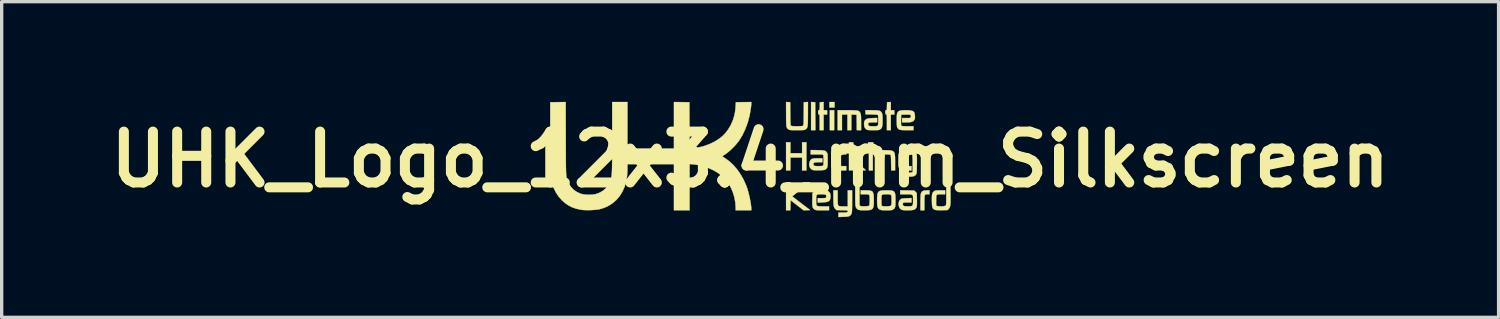
<source format=kicad_pcb>
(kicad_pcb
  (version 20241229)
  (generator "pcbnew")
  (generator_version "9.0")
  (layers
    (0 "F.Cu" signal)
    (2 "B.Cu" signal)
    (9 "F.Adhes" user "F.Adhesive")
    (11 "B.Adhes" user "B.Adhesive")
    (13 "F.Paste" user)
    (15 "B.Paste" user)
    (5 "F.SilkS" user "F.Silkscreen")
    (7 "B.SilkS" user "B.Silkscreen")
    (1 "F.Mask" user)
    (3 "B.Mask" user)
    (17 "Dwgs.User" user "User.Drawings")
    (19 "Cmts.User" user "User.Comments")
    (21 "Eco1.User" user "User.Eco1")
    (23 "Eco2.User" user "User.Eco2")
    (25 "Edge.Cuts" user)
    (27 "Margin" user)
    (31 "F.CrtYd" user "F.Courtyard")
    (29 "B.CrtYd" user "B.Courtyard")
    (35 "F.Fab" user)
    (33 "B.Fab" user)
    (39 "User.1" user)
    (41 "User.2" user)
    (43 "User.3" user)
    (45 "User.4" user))
  (footprint "UHK_Logo_12x3.4_mm_Silkscreen"
    (layer "F.Cu")
    (at 19.42 1.727)
    (property "Reference" "UHK_Logo_12x3.4_mm_Silkscreen" (at 0 0 0) (layer "F.SilkS") (effects (font (size 1.524 1.524) (thickness 0.3))))
    (attr exclude_from_pos_files exclude_from_bom)
    (fp_poly (pts (xy 2.517 -0.878) (xy 2.388 -0.878) (xy 2.388 -1.475) (xy 2.517 -1.475) (xy 2.517 -0.878)) (stroke (width 0.01) (type solid)) (fill yes) (layer "F.SilkS"))
    (fp_poly (pts (xy 2.528 -1.557) (xy 2.376 -1.557) (xy 2.376 -1.721) (xy 2.528 -1.721) (xy 2.528 -1.557)) (stroke (width 0.01) (type solid)) (fill yes) (layer "F.SilkS"))
    (fp_poly (pts (xy 3.675 0.328) (xy 3.558 0.328) (xy 3.558 -0.281) (xy 3.675 -0.281) (xy 3.675 0.328)) (stroke (width 0.01) (type solid)) (fill yes) (layer "F.SilkS"))
    (fp_poly (pts (xy 3.687 -0.363) (xy 3.535 -0.363) (xy 3.535 -0.515) (xy 3.687 -0.515) (xy 3.687 -0.363)) (stroke (width 0.01) (type solid)) (fill yes) (layer "F.SilkS"))
    (fp_poly (pts (xy 1.887 -1.718) (xy 1.949 -1.715) (xy 1.955 -0.878) (xy 1.826 -0.878) (xy 1.826 -1.722) (xy 1.887 -1.718)) (stroke (width 0.01) (type solid)) (fill yes) (layer "F.SilkS"))
    (fp_poly (pts (xy 1.206 -0.187) (xy 1.557 -0.187) (xy 1.557 -0.515) (xy 1.686 -0.515) (xy 1.686 0.328) (xy 1.557 0.328) (xy 1.557 -0.059) (xy 1.206 -0.059) (xy 1.206 0.328) (xy 1.077 0.328) (xy 1.077 -0.515) (xy 1.206 -0.515) (xy 1.206 -0.187)) (stroke (width 0.01) (type solid)) (fill yes) (layer "F.SilkS"))
    (fp_poly (pts (xy 5.373 1.042) (xy 5.315 1.042) (xy 5.284 1.042) (xy 5.261 1.046) (xy 5.244 1.056) (xy 5.233 1.074) (xy 5.226 1.104) (xy 5.222 1.149) (xy 5.221 1.211) (xy 5.22 1.294) (xy 5.22 1.522) (xy 5.103 1.522) (xy 5.103 1.281) (xy 5.104 1.187) (xy 5.106 1.115) (xy 5.11 1.06) (xy 5.116 1.019) (xy 5.127 0.99) (xy 5.141 0.969) (xy 5.16 0.954) (xy 5.179 0.943) (xy 5.217 0.932) (xy 5.269 0.925) (xy 5.295 0.925) (xy 5.373 0.925) (xy 5.373 1.042)) (stroke (width 0.01) (type solid)) (fill yes) (layer "F.SilkS"))
    (fp_poly (pts (xy 3.011 -1.475) (xy 3.091 -1.473) (xy 3.153 -1.47) (xy 3.2 -1.465) (xy 3.234 -1.457) (xy 3.259 -1.446) (xy 3.277 -1.431) (xy 3.291 -1.411) (xy 3.302 -1.388) (xy 3.31 -1.368) (xy 3.315 -1.345) (xy 3.319 -1.316) (xy 3.322 -1.275) (xy 3.323 -1.22) (xy 3.324 -1.147) (xy 3.324 -1.109) (xy 3.324 -0.878) (xy 3.196 -0.878) (xy 3.19 -1.34) (xy 3.032 -1.347) (xy 3.032 -0.878) (xy 2.915 -0.878) (xy 2.915 -1.346) (xy 2.751 -1.346) (xy 2.751 -0.878) (xy 2.622 -0.878) (xy 2.622 -1.475) (xy 2.91 -1.475) (xy 3.011 -1.475)) (stroke (width 0.01) (type solid)) (fill yes) (layer "F.SilkS"))
    (fp_poly (pts (xy 3.093 -0.307) (xy 3.096 -0.099) (xy 3.191 -0.191) (xy 3.286 -0.282) (xy 3.378 -0.279) (xy 3.469 -0.275) (xy 3.303 -0.129) (xy 3.251 -0.083) (xy 3.206 -0.042) (xy 3.17 -0.009) (xy 3.146 0.014) (xy 3.137 0.024) (xy 3.137 0.024) (xy 3.145 0.034) (xy 3.169 0.056) (xy 3.204 0.089) (xy 3.249 0.13) (xy 3.301 0.175) (xy 3.303 0.177) (xy 3.468 0.322) (xy 3.378 0.325) (xy 3.288 0.329) (xy 3.192 0.239) (xy 3.096 0.15) (xy 3.09 0.236) (xy 3.084 0.322) (xy 2.961 0.329) (xy 2.961 -0.515) (xy 3.09 -0.515) (xy 3.093 -0.307)) (stroke (width 0.01) (type solid)) (fill yes) (layer "F.SilkS"))
    (fp_poly (pts (xy 4.012 -0.279) (xy 4.105 -0.277) (xy 4.178 -0.273) (xy 4.235 -0.265) (xy 4.277 -0.25) (xy 4.306 -0.226) (xy 4.325 -0.19) (xy 4.336 -0.139) (xy 4.341 -0.072) (xy 4.343 0.014) (xy 4.343 0.087) (xy 4.343 0.328) (xy 4.227 0.328) (xy 4.223 0.099) (xy 4.222 0.018) (xy 4.22 -0.043) (xy 4.217 -0.086) (xy 4.214 -0.115) (xy 4.209 -0.132) (xy 4.203 -0.14) (xy 4.202 -0.141) (xy 4.184 -0.145) (xy 4.148 -0.149) (xy 4.099 -0.151) (xy 4.047 -0.152) (xy 3.909 -0.152) (xy 3.909 0.328) (xy 3.792 0.328) (xy 3.792 -0.283) (xy 4.012 -0.279)) (stroke (width 0.01) (type solid)) (fill yes) (layer "F.SilkS"))
    (fp_poly (pts (xy 2.201 -1.475) (xy 2.306 -1.475) (xy 2.306 -1.346) (xy 2.201 -1.346) (xy 2.201 -0.878) (xy 2.084 -0.878) (xy 2.084 -1.111) (xy 2.083 -1.19) (xy 2.083 -1.249) (xy 2.082 -1.291) (xy 2.079 -1.319) (xy 2.076 -1.335) (xy 2.071 -1.344) (xy 2.063 -1.348) (xy 2.06 -1.349) (xy 2.046 -1.357) (xy 2.039 -1.374) (xy 2.037 -1.408) (xy 2.037 -1.415) (xy 2.038 -1.451) (xy 2.043 -1.469) (xy 2.054 -1.475) (xy 2.06 -1.475) (xy 2.07 -1.477) (xy 2.077 -1.485) (xy 2.081 -1.504) (xy 2.084 -1.537) (xy 2.086 -1.59) (xy 2.086 -1.595) (xy 2.089 -1.715) (xy 2.145 -1.718) (xy 2.201 -1.722) (xy 2.201 -1.475)) (stroke (width 0.01) (type solid)) (fill yes) (layer "F.SilkS"))
    (fp_poly (pts (xy 4.214 -1.475) (xy 4.319 -1.475) (xy 4.319 -1.346) (xy 4.214 -1.346) (xy 4.214 -0.878) (xy 4.097 -0.878) (xy 4.097 -1.111) (xy 4.097 -1.19) (xy 4.096 -1.249) (xy 4.095 -1.291) (xy 4.093 -1.319) (xy 4.089 -1.335) (xy 4.084 -1.344) (xy 4.077 -1.348) (xy 4.073 -1.349) (xy 4.059 -1.357) (xy 4.052 -1.374) (xy 4.05 -1.408) (xy 4.05 -1.415) (xy 4.051 -1.451) (xy 4.056 -1.469) (xy 4.067 -1.475) (xy 4.073 -1.475) (xy 4.083 -1.477) (xy 4.09 -1.485) (xy 4.095 -1.504) (xy 4.097 -1.537) (xy 4.099 -1.59) (xy 4.099 -1.595) (xy 4.103 -1.715) (xy 4.158 -1.718) (xy 4.214 -1.722) (xy 4.214 -1.475)) (stroke (width 0.01) (type solid)) (fill yes) (layer "F.SilkS"))
    (fp_poly (pts (xy 1.206 0.831) (xy 1.206 0.888) (xy 1.208 0.935) (xy 1.211 0.968) (xy 1.214 0.982) (xy 1.214 0.983) (xy 1.226 0.976) (xy 1.253 0.956) (xy 1.292 0.927) (xy 1.342 0.889) (xy 1.398 0.845) (xy 1.416 0.831) (xy 1.609 0.679) (xy 1.706 0.679) (xy 1.75 0.679) (xy 1.784 0.681) (xy 1.801 0.682) (xy 1.803 0.683) (xy 1.794 0.691) (xy 1.768 0.711) (xy 1.729 0.742) (xy 1.678 0.781) (xy 1.618 0.827) (xy 1.55 0.879) (xy 1.534 0.891) (xy 1.465 0.943) (xy 1.403 0.991) (xy 1.349 1.033) (xy 1.307 1.066) (xy 1.278 1.09) (xy 1.265 1.101) (xy 1.265 1.102) (xy 1.274 1.111) (xy 1.299 1.132) (xy 1.338 1.164) (xy 1.389 1.204) (xy 1.449 1.25) (xy 1.516 1.302) (xy 1.53 1.313) (xy 1.797 1.516) (xy 1.7 1.519) (xy 1.603 1.523) (xy 1.407 1.371) (xy 1.211 1.219) (xy 1.208 1.37) (xy 1.205 1.522) (xy 1.077 1.522) (xy 1.077 0.679) (xy 1.206 0.679) (xy 1.206 0.831)) (stroke (width 0.01) (type solid)) (fill yes) (layer "F.SilkS"))
    (fp_poly (pts (xy 2.879 -0.152) (xy 2.73 -0.152) (xy 2.655 -0.151) (xy 2.602 -0.148) (xy 2.572 -0.142) (xy 2.566 -0.138) (xy 2.559 -0.12) (xy 2.554 -0.079) (xy 2.552 -0.017) (xy 2.552 0.03) (xy 2.552 0.095) (xy 2.554 0.139) (xy 2.557 0.168) (xy 2.561 0.184) (xy 2.569 0.191) (xy 2.57 0.192) (xy 2.589 0.195) (xy 2.625 0.197) (xy 2.675 0.198) (xy 2.732 0.199) (xy 2.734 0.199) (xy 2.879 0.199) (xy 2.879 0.328) (xy 2.719 0.327) (xy 2.648 0.327) (xy 2.597 0.325) (xy 2.559 0.32) (xy 2.531 0.314) (xy 2.511 0.306) (xy 2.483 0.292) (xy 2.463 0.275) (xy 2.448 0.253) (xy 2.438 0.221) (xy 2.432 0.177) (xy 2.43 0.116) (xy 2.429 0.037) (xy 2.429 0.023) (xy 2.429 -0.057) (xy 2.431 -0.118) (xy 2.436 -0.163) (xy 2.444 -0.195) (xy 2.456 -0.219) (xy 2.473 -0.236) (xy 2.496 -0.252) (xy 2.497 -0.253) (xy 2.516 -0.262) (xy 2.539 -0.268) (xy 2.571 -0.273) (xy 2.617 -0.276) (xy 2.681 -0.278) (xy 2.707 -0.279) (xy 2.879 -0.283) (xy 2.879 -0.152)) (stroke (width 0.01) (type solid)) (fill yes) (layer "F.SilkS"))
    (fp_poly (pts (xy 2.622 1.146) (xy 2.622 1.231) (xy 2.623 1.294) (xy 2.627 1.34) (xy 2.637 1.371) (xy 2.653 1.39) (xy 2.679 1.4) (xy 2.716 1.404) (xy 2.766 1.405) (xy 2.8 1.405) (xy 2.926 1.405) (xy 2.926 0.925) (xy 3.055 0.925) (xy 3.055 1.255) (xy 3.055 1.354) (xy 3.054 1.432) (xy 3.053 1.492) (xy 3.051 1.537) (xy 3.049 1.571) (xy 3.045 1.595) (xy 3.04 1.612) (xy 3.035 1.626) (xy 3.016 1.658) (xy 2.994 1.682) (xy 2.967 1.698) (xy 2.928 1.708) (xy 2.875 1.714) (xy 2.802 1.718) (xy 2.798 1.718) (xy 2.645 1.724) (xy 2.645 1.592) (xy 2.772 1.592) (xy 2.836 1.591) (xy 2.88 1.587) (xy 2.907 1.579) (xy 2.921 1.567) (xy 2.926 1.548) (xy 2.926 1.544) (xy 2.924 1.536) (xy 2.915 1.53) (xy 2.896 1.526) (xy 2.864 1.523) (xy 2.814 1.521) (xy 2.757 1.52) (xy 2.587 1.516) (xy 2.55 1.479) (xy 2.533 1.459) (xy 2.519 1.435) (xy 2.509 1.406) (xy 2.502 1.367) (xy 2.498 1.315) (xy 2.495 1.247) (xy 2.494 1.16) (xy 2.494 1.127) (xy 2.493 0.925) (xy 2.622 0.925) (xy 2.622 1.146)) (stroke (width 0.01) (type solid)) (fill yes) (layer "F.SilkS"))
    (fp_poly (pts (xy 3.277 1.382) (xy 3.31 1.394) (xy 3.339 1.401) (xy 3.382 1.404) (xy 3.431 1.404) (xy 3.481 1.401) (xy 3.525 1.396) (xy 3.557 1.389) (xy 3.57 1.381) (xy 3.575 1.363) (xy 3.578 1.327) (xy 3.581 1.278) (xy 3.582 1.22) (xy 3.582 1.215) (xy 3.581 1.148) (xy 3.579 1.101) (xy 3.57 1.07) (xy 3.553 1.053) (xy 3.523 1.044) (xy 3.478 1.042) (xy 3.425 1.042) (xy 3.313 1.042) (xy 3.313 0.925) (xy 3.454 0.925) (xy 3.53 0.926) (xy 3.59 0.932) (xy 3.634 0.944) (xy 3.665 0.966) (xy 3.685 1.001) (xy 3.697 1.05) (xy 3.703 1.117) (xy 3.705 1.205) (xy 3.705 1.223) (xy 3.704 1.314) (xy 3.699 1.385) (xy 3.687 1.437) (xy 3.668 1.474) (xy 3.636 1.499) (xy 3.592 1.513) (xy 3.531 1.52) (xy 3.451 1.521) (xy 3.428 1.521) (xy 3.357 1.521) (xy 3.306 1.518) (xy 3.269 1.513) (xy 3.243 1.506) (xy 3.232 1.502) (xy 3.192 1.469) (xy 3.171 1.435) (xy 3.165 1.419) (xy 3.16 1.401) (xy 3.156 1.377) (xy 3.153 1.346) (xy 3.151 1.303) (xy 3.15 1.247) (xy 3.149 1.174) (xy 3.149 1.082) (xy 3.149 1.033) (xy 3.149 0.679) (xy 3.277 0.679) (xy 3.277 1.382)) (stroke (width 0.01) (type solid)) (fill yes) (layer "F.SilkS"))
    (fp_poly (pts (xy 4.705 0.927) (xy 4.916 0.931) (xy 4.954 0.969) (xy 4.992 1.007) (xy 4.996 1.209) (xy 4.997 1.283) (xy 4.997 1.338) (xy 4.995 1.377) (xy 4.992 1.404) (xy 4.987 1.424) (xy 4.98 1.44) (xy 4.975 1.449) (xy 4.954 1.476) (xy 4.928 1.496) (xy 4.892 1.509) (xy 4.844 1.517) (xy 4.778 1.521) (xy 4.72 1.522) (xy 4.653 1.521) (xy 4.603 1.518) (xy 4.568 1.514) (xy 4.542 1.506) (xy 4.53 1.501) (xy 4.49 1.469) (xy 4.463 1.423) (xy 4.449 1.369) (xy 4.448 1.311) (xy 4.461 1.257) (xy 4.488 1.211) (xy 4.514 1.188) (xy 4.533 1.178) (xy 4.558 1.17) (xy 4.593 1.166) (xy 4.644 1.162) (xy 4.691 1.161) (xy 4.834 1.156) (xy 4.834 1.288) (xy 4.711 1.288) (xy 4.656 1.288) (xy 4.62 1.289) (xy 4.598 1.293) (xy 4.586 1.299) (xy 4.58 1.31) (xy 4.578 1.314) (xy 4.572 1.342) (xy 4.574 1.358) (xy 4.586 1.379) (xy 4.606 1.393) (xy 4.639 1.401) (xy 4.689 1.404) (xy 4.725 1.405) (xy 4.784 1.404) (xy 4.825 1.399) (xy 4.853 1.387) (xy 4.87 1.365) (xy 4.878 1.328) (xy 4.881 1.274) (xy 4.881 1.219) (xy 4.881 1.157) (xy 4.879 1.111) (xy 4.871 1.079) (xy 4.854 1.059) (xy 4.826 1.048) (xy 4.783 1.043) (xy 4.722 1.042) (xy 4.666 1.042) (xy 4.495 1.042) (xy 4.495 0.923) (xy 4.705 0.927)) (stroke (width 0.01) (type solid)) (fill yes) (layer "F.SilkS"))
    (fp_poly (pts (xy 1.732 -1.367) (xy 1.731 -1.257) (xy 1.73 -1.167) (xy 1.728 -1.096) (xy 1.725 -1.041) (xy 1.72 -0.999) (xy 1.713 -0.968) (xy 1.704 -0.945) (xy 1.691 -0.928) (xy 1.676 -0.914) (xy 1.663 -0.905) (xy 1.648 -0.895) (xy 1.632 -0.888) (xy 1.612 -0.884) (xy 1.584 -0.881) (xy 1.544 -0.879) (xy 1.488 -0.878) (xy 1.413 -0.878) (xy 1.405 -0.878) (xy 1.327 -0.878) (xy 1.27 -0.879) (xy 1.229 -0.88) (xy 1.199 -0.883) (xy 1.178 -0.888) (xy 1.162 -0.894) (xy 1.147 -0.904) (xy 1.146 -0.905) (xy 1.128 -0.918) (xy 1.114 -0.932) (xy 1.102 -0.951) (xy 1.094 -0.976) (xy 1.087 -1.011) (xy 1.083 -1.056) (xy 1.08 -1.116) (xy 1.079 -1.193) (xy 1.078 -1.289) (xy 1.078 -1.367) (xy 1.077 -1.722) (xy 1.138 -1.718) (xy 1.2 -1.715) (xy 1.203 -1.369) (xy 1.204 -1.27) (xy 1.205 -1.19) (xy 1.206 -1.13) (xy 1.208 -1.085) (xy 1.211 -1.053) (xy 1.214 -1.032) (xy 1.218 -1.019) (xy 1.224 -1.011) (xy 1.225 -1.01) (xy 1.246 -1.003) (xy 1.287 -0.998) (xy 1.349 -0.995) (xy 1.405 -0.995) (xy 1.482 -0.996) (xy 1.537 -0.999) (xy 1.572 -1.005) (xy 1.584 -1.01) (xy 1.589 -1.016) (xy 1.594 -1.027) (xy 1.598 -1.045) (xy 1.6 -1.074) (xy 1.602 -1.114) (xy 1.604 -1.17) (xy 1.605 -1.243) (xy 1.606 -1.337) (xy 1.606 -1.369) (xy 1.609 -1.715) (xy 1.671 -1.718) (xy 1.732 -1.722) (xy 1.732 -1.367)) (stroke (width 0.01) (type solid)) (fill yes) (layer "F.SilkS"))
    (fp_poly (pts (xy 2.241 0.926) (xy 2.277 0.928) (xy 2.302 0.932) (xy 2.321 0.938) (xy 2.337 0.947) (xy 2.339 0.948) (xy 2.38 0.987) (xy 2.403 1.04) (xy 2.409 1.108) (xy 2.408 1.125) (xy 2.4 1.178) (xy 2.385 1.218) (xy 2.36 1.246) (xy 2.322 1.265) (xy 2.268 1.277) (xy 2.194 1.284) (xy 2.163 1.285) (xy 2.025 1.29) (xy 2.025 1.159) (xy 2.135 1.159) (xy 2.196 1.158) (xy 2.238 1.156) (xy 2.263 1.15) (xy 2.277 1.139) (xy 2.282 1.122) (xy 2.282 1.105) (xy 2.279 1.079) (xy 2.268 1.061) (xy 2.244 1.05) (xy 2.205 1.044) (xy 2.148 1.042) (xy 2.126 1.042) (xy 2.07 1.042) (xy 2.03 1.046) (xy 2.004 1.056) (xy 1.989 1.076) (xy 1.981 1.11) (xy 1.978 1.16) (xy 1.978 1.223) (xy 1.978 1.287) (xy 1.981 1.333) (xy 1.989 1.366) (xy 2.005 1.386) (xy 2.033 1.398) (xy 2.076 1.403) (xy 2.137 1.405) (xy 2.197 1.405) (xy 2.364 1.405) (xy 2.364 1.522) (xy 2.167 1.522) (xy 2.094 1.521) (xy 2.041 1.521) (xy 2.003 1.519) (xy 1.976 1.515) (xy 1.957 1.51) (xy 1.941 1.502) (xy 1.93 1.495) (xy 1.906 1.478) (xy 1.889 1.459) (xy 1.877 1.437) (xy 1.869 1.407) (xy 1.864 1.365) (xy 1.863 1.308) (xy 1.863 1.232) (xy 1.864 1.209) (xy 1.867 1.007) (xy 1.905 0.969) (xy 1.943 0.931) (xy 2.122 0.927) (xy 2.191 0.926) (xy 2.241 0.926)) (stroke (width 0.01) (type solid)) (fill yes) (layer "F.SilkS"))
    (fp_poly (pts (xy 5.937 0.681) (xy 5.999 0.685) (xy 6.002 0.983) (xy 6.004 1.096) (xy 6.004 1.189) (xy 6.003 1.263) (xy 6 1.321) (xy 5.996 1.366) (xy 5.99 1.401) (xy 5.982 1.427) (xy 5.971 1.448) (xy 5.958 1.466) (xy 5.952 1.473) (xy 5.913 1.516) (xy 5.739 1.519) (xy 5.663 1.519) (xy 5.606 1.518) (xy 5.565 1.514) (xy 5.537 1.508) (xy 5.529 1.505) (xy 5.501 1.49) (xy 5.48 1.472) (xy 5.465 1.446) (xy 5.455 1.41) (xy 5.449 1.359) (xy 5.446 1.291) (xy 5.445 1.247) (xy 5.444 1.161) (xy 5.446 1.095) (xy 5.452 1.045) (xy 5.463 1.008) (xy 5.479 0.98) (xy 5.502 0.959) (xy 5.512 0.951) (xy 5.531 0.94) (xy 5.551 0.932) (xy 5.577 0.928) (xy 5.615 0.926) (xy 5.668 0.925) (xy 5.696 0.925) (xy 5.841 0.925) (xy 5.841 1.042) (xy 5.729 1.042) (xy 5.669 1.042) (xy 5.627 1.045) (xy 5.599 1.053) (xy 5.583 1.072) (xy 5.575 1.103) (xy 5.572 1.15) (xy 5.572 1.217) (xy 5.572 1.224) (xy 5.572 1.382) (xy 5.602 1.393) (xy 5.635 1.401) (xy 5.682 1.405) (xy 5.734 1.405) (xy 5.784 1.402) (xy 5.825 1.395) (xy 5.85 1.386) (xy 5.857 1.381) (xy 5.863 1.373) (xy 5.868 1.362) (xy 5.871 1.344) (xy 5.873 1.317) (xy 5.875 1.277) (xy 5.876 1.223) (xy 5.876 1.152) (xy 5.876 1.061) (xy 5.876 1.023) (xy 5.876 0.678) (xy 5.937 0.681)) (stroke (width 0.01) (type solid)) (fill yes) (layer "F.SilkS"))
    (fp_poly (pts (xy 4.749 -1.473) (xy 4.816 -1.466) (xy 4.865 -1.453) (xy 4.899 -1.431) (xy 4.921 -1.399) (xy 4.932 -1.356) (xy 4.937 -1.307) (xy 4.938 -1.258) (xy 4.934 -1.224) (xy 4.924 -1.197) (xy 4.916 -1.184) (xy 4.893 -1.155) (xy 4.863 -1.135) (xy 4.823 -1.122) (xy 4.767 -1.114) (xy 4.693 -1.112) (xy 4.682 -1.112) (xy 4.553 -1.112) (xy 4.553 -1.241) (xy 4.676 -1.241) (xy 4.731 -1.241) (xy 4.768 -1.242) (xy 4.79 -1.246) (xy 4.802 -1.253) (xy 4.81 -1.263) (xy 4.812 -1.269) (xy 4.819 -1.3) (xy 4.811 -1.322) (xy 4.804 -1.332) (xy 4.794 -1.339) (xy 4.776 -1.343) (xy 4.745 -1.345) (xy 4.699 -1.344) (xy 4.661 -1.344) (xy 4.524 -1.34) (xy 4.521 -1.184) (xy 4.52 -1.106) (xy 4.522 -1.052) (xy 4.527 -1.02) (xy 4.531 -1.011) (xy 4.542 -1.004) (xy 4.565 -1) (xy 4.602 -0.997) (xy 4.657 -0.995) (xy 4.719 -0.995) (xy 4.893 -0.995) (xy 4.893 -0.878) (xy 4.697 -0.878) (xy 4.607 -0.879) (xy 4.539 -0.882) (xy 4.494 -0.887) (xy 4.472 -0.893) (xy 4.445 -0.912) (xy 4.42 -0.94) (xy 4.42 -0.94) (xy 4.41 -0.955) (xy 4.404 -0.972) (xy 4.399 -0.996) (xy 4.396 -1.03) (xy 4.394 -1.079) (xy 4.392 -1.147) (xy 4.392 -1.163) (xy 4.392 -1.256) (xy 4.396 -1.329) (xy 4.406 -1.384) (xy 4.426 -1.423) (xy 4.456 -1.449) (xy 4.5 -1.464) (xy 4.559 -1.472) (xy 4.636 -1.475) (xy 4.662 -1.475) (xy 4.749 -1.473)) (stroke (width 0.01) (type solid)) (fill yes) (layer "F.SilkS"))
    (fp_poly (pts (xy 2.017 -0.279) (xy 2.098 -0.277) (xy 2.16 -0.274) (xy 2.206 -0.268) (xy 2.239 -0.26) (xy 2.264 -0.247) (xy 2.283 -0.229) (xy 2.301 -0.205) (xy 2.303 -0.202) (xy 2.311 -0.187) (xy 2.316 -0.167) (xy 2.32 -0.139) (xy 2.322 -0.098) (xy 2.323 -0.04) (xy 2.323 0.023) (xy 2.323 0.098) (xy 2.322 0.152) (xy 2.319 0.191) (xy 2.315 0.218) (xy 2.31 0.237) (xy 2.303 0.249) (xy 2.282 0.277) (xy 2.259 0.297) (xy 2.23 0.31) (xy 2.19 0.318) (xy 2.135 0.322) (xy 2.066 0.324) (xy 2.006 0.325) (xy 1.951 0.323) (xy 1.908 0.32) (xy 1.881 0.317) (xy 1.88 0.316) (xy 1.83 0.289) (xy 1.794 0.247) (xy 1.774 0.193) (xy 1.769 0.131) (xy 1.783 0.067) (xy 1.791 0.049) (xy 1.809 0.017) (xy 1.832 -0.005) (xy 1.864 -0.021) (xy 1.908 -0.03) (xy 1.969 -0.034) (xy 2.03 -0.035) (xy 2.165 -0.035) (xy 2.165 0.082) (xy 2.053 0.082) (xy 1.989 0.083) (xy 1.944 0.088) (xy 1.915 0.098) (xy 1.901 0.114) (xy 1.896 0.137) (xy 1.896 0.139) (xy 1.899 0.163) (xy 1.908 0.18) (xy 1.928 0.191) (xy 1.963 0.197) (xy 2.015 0.199) (xy 2.048 0.199) (xy 2.115 0.198) (xy 2.161 0.193) (xy 2.185 0.186) (xy 2.187 0.185) (xy 2.194 0.166) (xy 2.198 0.124) (xy 2.2 0.06) (xy 2.201 0.023) (xy 2.199 -0.051) (xy 2.196 -0.103) (xy 2.19 -0.132) (xy 2.187 -0.138) (xy 2.17 -0.144) (xy 2.134 -0.149) (xy 2.077 -0.151) (xy 1.998 -0.152) (xy 1.993 -0.152) (xy 1.814 -0.152) (xy 1.814 -0.283) (xy 2.017 -0.279)) (stroke (width 0.01) (type solid)) (fill yes) (layer "F.SilkS"))
    (fp_poly (pts (xy 4.163 0.926) (xy 4.228 0.93) (xy 4.277 0.941) (xy 4.311 0.962) (xy 4.333 0.993) (xy 4.346 1.04) (xy 4.352 1.103) (xy 4.354 1.187) (xy 4.354 1.219) (xy 4.354 1.299) (xy 4.351 1.359) (xy 4.347 1.403) (xy 4.339 1.435) (xy 4.326 1.459) (xy 4.309 1.478) (xy 4.285 1.495) (xy 4.267 1.506) (xy 4.248 1.513) (xy 4.224 1.518) (xy 4.189 1.52) (xy 4.139 1.521) (xy 4.086 1.522) (xy 4.017 1.521) (xy 3.966 1.519) (xy 3.93 1.515) (xy 3.903 1.508) (xy 3.886 1.501) (xy 3.857 1.484) (xy 3.836 1.462) (xy 3.821 1.431) (xy 3.812 1.389) (xy 3.806 1.332) (xy 3.804 1.257) (xy 3.804 1.226) (xy 3.804 1.218) (xy 3.933 1.218) (xy 3.933 1.223) (xy 3.933 1.287) (xy 3.935 1.332) (xy 3.937 1.362) (xy 3.942 1.379) (xy 3.949 1.389) (xy 3.953 1.392) (xy 3.979 1.399) (xy 4.021 1.404) (xy 4.071 1.405) (xy 4.123 1.403) (xy 4.169 1.398) (xy 4.202 1.391) (xy 4.211 1.386) (xy 4.222 1.377) (xy 4.229 1.365) (xy 4.234 1.346) (xy 4.236 1.315) (xy 4.237 1.268) (xy 4.237 1.223) (xy 4.237 1.155) (xy 4.234 1.106) (xy 4.226 1.074) (xy 4.209 1.055) (xy 4.182 1.045) (xy 4.141 1.042) (xy 4.089 1.042) (xy 4.03 1.042) (xy 3.988 1.045) (xy 3.96 1.054) (xy 3.944 1.072) (xy 3.936 1.103) (xy 3.933 1.151) (xy 3.933 1.218) (xy 3.804 1.218) (xy 3.805 1.134) (xy 3.811 1.063) (xy 3.822 1.01) (xy 3.843 0.973) (xy 3.874 0.948) (xy 3.919 0.934) (xy 3.981 0.927) (xy 4.06 0.925) (xy 4.077 0.925) (xy 4.163 0.926)) (stroke (width 0.01) (type solid)) (fill yes) (layer "F.SilkS"))
    (fp_poly (pts (xy 3.733 -1.474) (xy 3.799 -1.471) (xy 3.848 -1.465) (xy 3.884 -1.455) (xy 3.91 -1.44) (xy 3.929 -1.419) (xy 3.945 -1.391) (xy 3.946 -1.388) (xy 3.955 -1.364) (xy 3.961 -1.336) (xy 3.965 -1.298) (xy 3.967 -1.247) (xy 3.967 -1.177) (xy 3.967 -1.176) (xy 3.966 -1.094) (xy 3.962 -1.032) (xy 3.954 -0.986) (xy 3.942 -0.952) (xy 3.925 -0.926) (xy 3.901 -0.906) (xy 3.899 -0.905) (xy 3.882 -0.894) (xy 3.864 -0.887) (xy 3.84 -0.882) (xy 3.807 -0.879) (xy 3.759 -0.878) (xy 3.693 -0.878) (xy 3.688 -0.878) (xy 3.619 -0.878) (xy 3.569 -0.88) (xy 3.533 -0.883) (xy 3.508 -0.888) (xy 3.489 -0.895) (xy 3.481 -0.9) (xy 3.443 -0.937) (xy 3.42 -0.991) (xy 3.412 -1.063) (xy 3.412 -1.068) (xy 3.416 -1.119) (xy 3.429 -1.155) (xy 3.437 -1.167) (xy 3.46 -1.193) (xy 3.488 -1.212) (xy 3.525 -1.225) (xy 3.575 -1.233) (xy 3.643 -1.238) (xy 3.667 -1.239) (xy 3.804 -1.244) (xy 3.804 -1.112) (xy 3.684 -1.112) (xy 3.622 -1.111) (xy 3.58 -1.107) (xy 3.554 -1.099) (xy 3.54 -1.084) (xy 3.535 -1.063) (xy 3.535 -1.052) (xy 3.539 -1.028) (xy 3.553 -1.011) (xy 3.581 -1.001) (xy 3.626 -0.996) (xy 3.687 -0.995) (xy 3.746 -0.995) (xy 3.787 -0.998) (xy 3.814 -1.008) (xy 3.83 -1.027) (xy 3.837 -1.06) (xy 3.839 -1.11) (xy 3.839 -1.168) (xy 3.838 -1.226) (xy 3.836 -1.275) (xy 3.834 -1.312) (xy 3.83 -1.33) (xy 3.83 -1.331) (xy 3.817 -1.337) (xy 3.785 -1.342) (xy 3.733 -1.346) (xy 3.66 -1.348) (xy 3.64 -1.349) (xy 3.459 -1.352) (xy 3.455 -1.413) (xy 3.452 -1.475) (xy 3.647 -1.475) (xy 3.733 -1.474)) (stroke (width 0.01) (type solid)) (fill yes) (layer "F.SilkS"))
    (fp_poly (pts (xy 4.786 -0.275) (xy 4.835 -0.274) (xy 4.869 -0.271) (xy 4.893 -0.267) (xy 4.91 -0.26) (xy 4.924 -0.251) (xy 4.946 -0.233) (xy 4.963 -0.215) (xy 4.976 -0.193) (xy 4.986 -0.165) (xy 4.992 -0.126) (xy 4.995 -0.075) (xy 4.996 -0.009) (xy 4.996 0.077) (xy 4.996 0.135) (xy 4.994 0.224) (xy 4.993 0.293) (xy 4.991 0.345) (xy 4.989 0.382) (xy 4.985 0.409) (xy 4.98 0.427) (xy 4.974 0.441) (xy 4.969 0.449) (xy 4.948 0.475) (xy 4.92 0.493) (xy 4.882 0.505) (xy 4.83 0.512) (xy 4.76 0.515) (xy 4.729 0.515) (xy 4.588 0.515) (xy 4.588 0.398) (xy 4.699 0.398) (xy 4.751 0.397) (xy 4.797 0.394) (xy 4.83 0.389) (xy 4.839 0.387) (xy 4.869 0.375) (xy 4.869 0.126) (xy 4.869 0.033) (xy 4.867 -0.038) (xy 4.865 -0.089) (xy 4.861 -0.121) (xy 4.856 -0.137) (xy 4.855 -0.138) (xy 4.835 -0.145) (xy 4.793 -0.15) (xy 4.73 -0.152) (xy 4.717 -0.152) (xy 4.651 -0.151) (xy 4.605 -0.146) (xy 4.581 -0.14) (xy 4.579 -0.138) (xy 4.572 -0.119) (xy 4.567 -0.077) (xy 4.565 -0.013) (xy 4.565 0.023) (xy 4.566 0.098) (xy 4.57 0.15) (xy 4.576 0.179) (xy 4.579 0.185) (xy 4.599 0.192) (xy 4.641 0.197) (xy 4.703 0.199) (xy 4.714 0.199) (xy 4.834 0.199) (xy 4.834 0.33) (xy 4.69 0.326) (xy 4.619 0.323) (xy 4.566 0.317) (xy 4.528 0.307) (xy 4.499 0.291) (xy 4.477 0.269) (xy 4.463 0.249) (xy 4.455 0.234) (xy 4.449 0.213) (xy 4.445 0.184) (xy 4.443 0.142) (xy 4.442 0.083) (xy 4.442 0.03) (xy 4.443 -0.051) (xy 4.445 -0.112) (xy 4.451 -0.158) (xy 4.46 -0.191) (xy 4.473 -0.216) (xy 4.493 -0.237) (xy 4.51 -0.251) (xy 4.525 -0.26) (xy 4.542 -0.267) (xy 4.566 -0.271) (xy 4.601 -0.274) (xy 4.65 -0.275) (xy 4.717 -0.275) (xy 4.786 -0.275)) (stroke (width 0.01) (type solid)) (fill yes) (layer "F.SilkS"))
    (fp_poly (pts (xy 0.035 -1.683) (xy 0.034 -1.653) (xy 0.03 -1.608) (xy 0.024 -1.557) (xy 0.023 -1.545) (xy -0.014 -1.326) (xy -0.069 -1.116) (xy -0.142 -0.916) (xy -0.23 -0.729) (xy -0.317 -0.585) (xy -0.374 -0.508) (xy -0.443 -0.426) (xy -0.521 -0.345) (xy -0.602 -0.268) (xy -0.68 -0.203) (xy -0.734 -0.163) (xy -0.775 -0.136) (xy -0.808 -0.113) (xy -0.827 -0.098) (xy -0.831 -0.094) (xy -0.821 -0.085) (xy -0.797 -0.068) (xy -0.761 -0.045) (xy -0.752 -0.039) (xy -0.624 0.054) (xy -0.502 0.166) (xy -0.389 0.297) (xy -0.287 0.444) (xy -0.196 0.604) (xy -0.119 0.776) (xy -0.111 0.796) (xy -0.083 0.878) (xy -0.056 0.972) (xy -0.03 1.073) (xy -0.007 1.177) (xy 0.012 1.278) (xy 0.026 1.371) (xy 0.034 1.45) (xy 0.035 1.487) (xy 0.035 1.522) (xy -0.433 1.522) (xy -0.433 1.437) (xy -0.444 1.283) (xy -0.473 1.128) (xy -0.519 0.977) (xy -0.58 0.836) (xy -0.654 0.712) (xy -0.708 0.641) (xy -0.775 0.567) (xy -0.849 0.496) (xy -0.922 0.434) (xy -0.966 0.402) (xy -1.092 0.327) (xy -1.233 0.262) (xy -1.384 0.209) (xy -1.536 0.17) (xy -1.683 0.147) (xy -1.712 0.144) (xy -1.814 0.137) (xy -1.814 1.522) (xy -2.282 1.522) (xy -2.282 0.14) (xy -3.675 0.14) (xy -3.675 0.303) (xy -3.685 0.485) (xy -3.713 0.655) (xy -3.759 0.813) (xy -3.822 0.958) (xy -3.902 1.088) (xy -3.998 1.204) (xy -4.11 1.303) (xy -4.236 1.385) (xy -4.377 1.45) (xy -4.501 1.488) (xy -4.566 1.5) (xy -4.648 1.509) (xy -4.74 1.515) (xy -4.836 1.518) (xy -4.929 1.517) (xy -5.013 1.512) (xy -5.078 1.504) (xy -5.218 1.472) (xy -5.342 1.428) (xy -5.454 1.37) (xy -5.558 1.294) (xy -5.642 1.217) (xy -5.737 1.11) (xy -5.816 0.992) (xy -5.88 0.862) (xy -5.931 0.715) (xy -5.962 0.592) (xy -5.966 0.571) (xy -5.97 0.552) (xy -5.973 0.531) (xy -5.976 0.507) (xy -5.978 0.48) (xy -5.98 0.446) (xy -5.982 0.406) (xy -5.983 0.356) (xy -5.984 0.296) (xy -5.985 0.225) (xy -5.986 0.14) (xy -5.986 0.039) (xy -5.987 -0.077) (xy -5.987 -0.212) (xy -5.987 -0.367) (xy -5.987 -0.543) (xy -5.987 -0.62) (xy -5.987 -1.715) (xy -5.756 -1.718) (xy -5.525 -1.721) (xy -5.522 -0.618) (xy -5.521 -0.428) (xy -5.521 -0.26) (xy -5.52 -0.112) (xy -5.52 0.017) (xy -5.519 0.129) (xy -5.518 0.224) (xy -5.516 0.306) (xy -5.514 0.375) (xy -5.511 0.433) (xy -5.507 0.481) (xy -5.503 0.521) (xy -5.498 0.554) (xy -5.491 0.583) (xy -5.484 0.607) (xy -5.475 0.63) (xy -5.465 0.653) (xy -5.453 0.676) (xy -5.44 0.702) (xy -5.436 0.711) (xy -5.374 0.813) (xy -5.295 0.899) (xy -5.2 0.968) (xy -5.091 1.019) (xy -5.032 1.038) (xy -4.964 1.05) (xy -4.883 1.057) (xy -4.796 1.057) (xy -4.712 1.052) (xy -4.64 1.041) (xy -4.624 1.037) (xy -4.508 0.995) (xy -4.407 0.936) (xy -4.322 0.86) (xy -4.252 0.766) (xy -4.198 0.657) (xy -4.187 0.63) (xy -4.177 0.604) (xy -4.169 0.579) (xy -4.162 0.552) (xy -4.155 0.522) (xy -4.15 0.488) (xy -4.146 0.447) (xy -4.142 0.399) (xy -4.139 0.341) (xy -4.137 0.272) (xy -4.135 0.191) (xy -4.134 0.096) (xy -4.133 -0.014) (xy -4.132 -0.141) (xy -4.132 -0.287) (xy -4.132 -0.454) (xy -4.132 -0.642) (xy -4.132 -1.721) (xy -3.675 -1.721) (xy -3.675 -0.328) (xy -2.282 -0.328) (xy -2.282 -1.721) (xy -2.051 -1.718) (xy -1.82 -1.715) (xy -1.817 -1.02) (xy -1.814 -0.325) (xy -1.729 -0.333) (xy -1.547 -0.36) (xy -1.372 -0.405) (xy -1.206 -0.466) (xy -1.052 -0.542) (xy -0.913 -0.632) (xy -0.82 -0.708) (xy -0.735 -0.797) (xy -0.656 -0.904) (xy -0.585 -1.022) (xy -0.528 -1.145) (xy -0.5 -1.224) (xy -0.472 -1.321) (xy -0.453 -1.414) (xy -0.441 -1.514) (xy -0.435 -1.592) (xy -0.427 -1.715) (xy -0.196 -1.718) (xy 0.035 -1.721) (xy 0.035 -1.683)) (stroke (width 0.01) (type solid)) (fill yes) (layer "F.SilkS")))
  (gr_rect
    (start -3 -3)
    (end 41.84 6.456)
    (stroke (width 0.1) (type default))
    (fill no)
    (layer "Edge.Cuts")))
</source>
